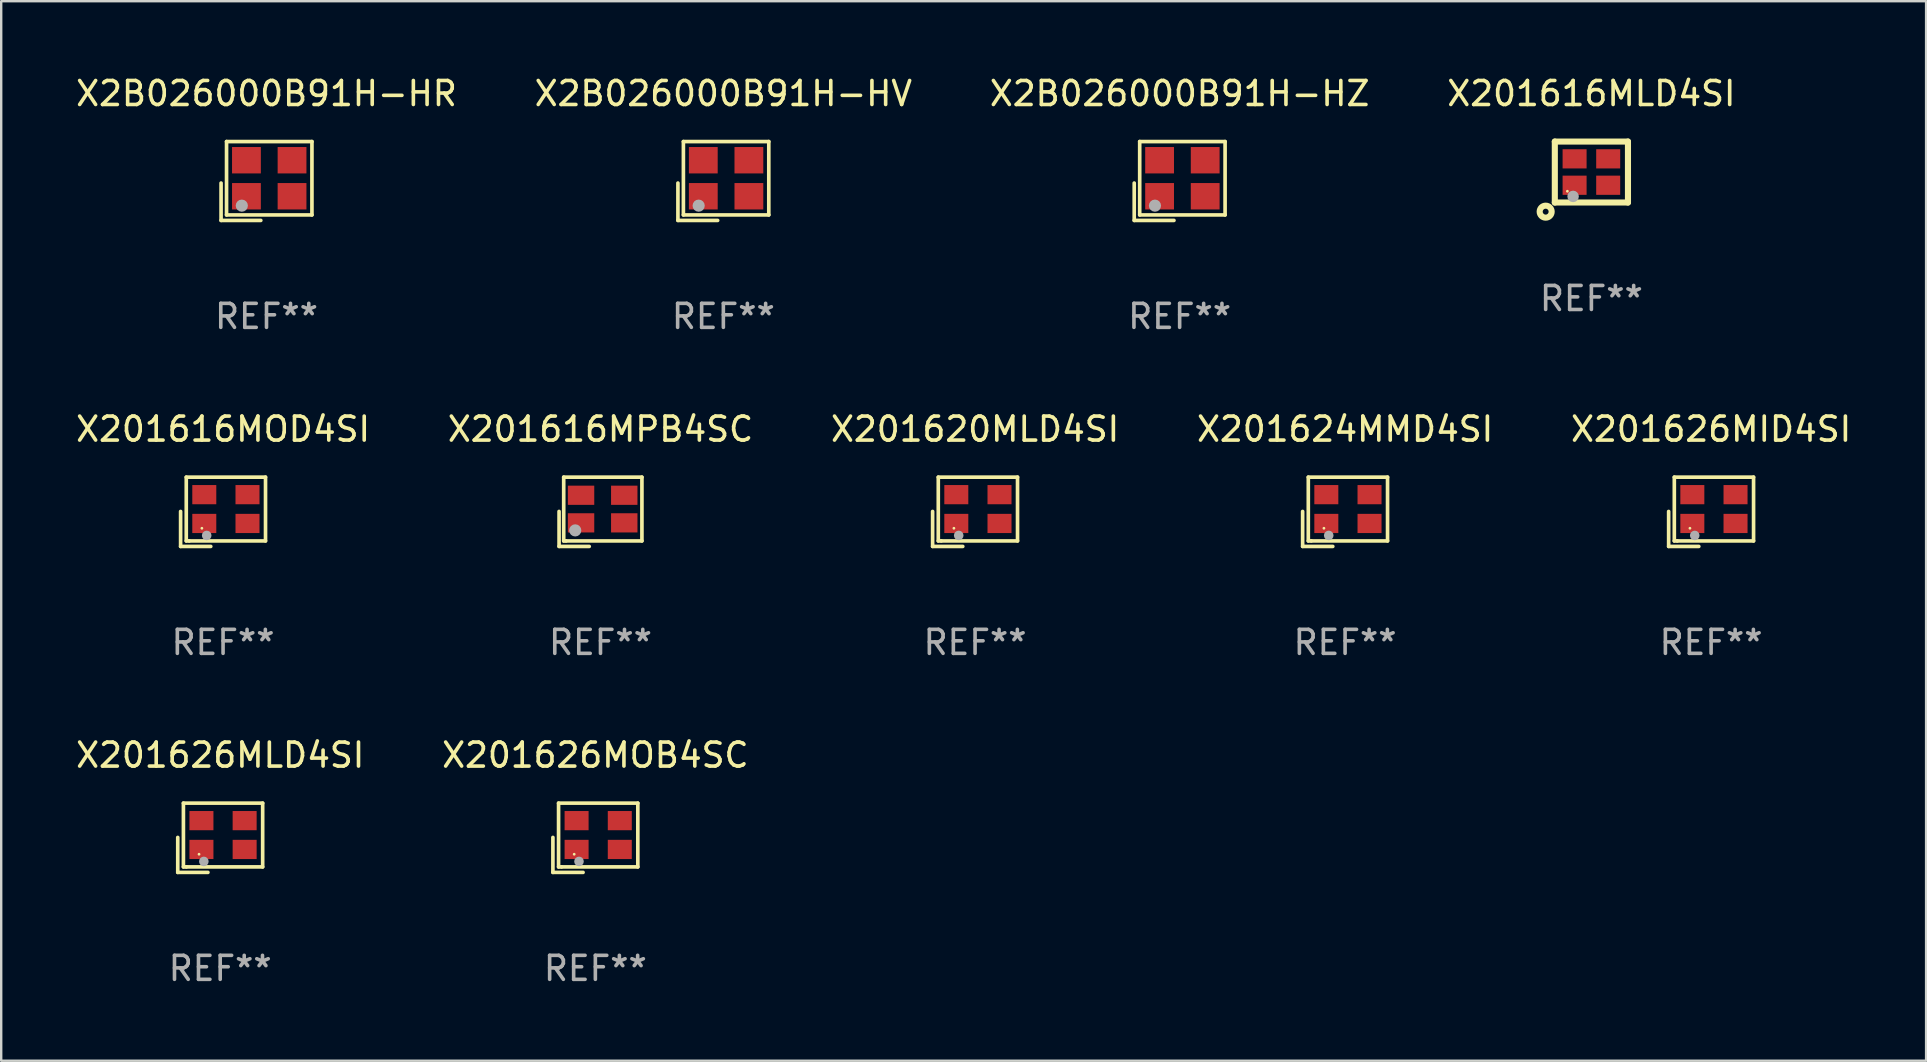
<source format=kicad_pcb>
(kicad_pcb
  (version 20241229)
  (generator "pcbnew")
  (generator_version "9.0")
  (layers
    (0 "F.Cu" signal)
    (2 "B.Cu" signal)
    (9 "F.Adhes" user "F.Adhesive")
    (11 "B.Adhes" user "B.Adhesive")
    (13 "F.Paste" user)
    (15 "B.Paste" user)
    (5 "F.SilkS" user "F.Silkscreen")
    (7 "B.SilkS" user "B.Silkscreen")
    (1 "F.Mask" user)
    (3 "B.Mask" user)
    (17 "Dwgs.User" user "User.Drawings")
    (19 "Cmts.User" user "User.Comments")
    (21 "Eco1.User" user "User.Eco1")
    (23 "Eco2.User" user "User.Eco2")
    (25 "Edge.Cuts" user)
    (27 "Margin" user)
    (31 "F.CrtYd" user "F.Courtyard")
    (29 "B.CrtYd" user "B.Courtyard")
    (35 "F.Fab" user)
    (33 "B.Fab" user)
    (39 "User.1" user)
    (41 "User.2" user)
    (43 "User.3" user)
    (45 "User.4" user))
  (footprint "X201624MMD4SI"
    (layer "F.Cu")
    (at 52.994 18.274)
    (property "Reference" "X201624MMD4SI" (at 0 -3.443 0) (layer "F.SilkS") (effects (font (size 1 1) (thickness 0.15))))
    (attr through_hole)
    (fp_line (start -1.769 -0.014) (end -1.769 1.443) (stroke (width 0.152) (type solid)) (layer "F.SilkS"))
    (fp_line (start -1.769 1.443) (end -0.512 1.443) (stroke (width 0.152) (type solid)) (layer "F.SilkS"))
    (fp_line (start -1.533 -1.443) (end 1.769 -1.443) (stroke (width 0.152) (type solid)) (layer "F.SilkS"))
    (fp_line (start -1.533 1.214) (end -1.533 -1.443) (stroke (width 0.152) (type solid)) (layer "F.SilkS"))
    (fp_line (start -1.411 1.214) (end -1.533 1.214) (stroke (width 0.152) (type solid)) (layer "F.SilkS"))
    (fp_line (start 1.769 -1.443) (end 1.769 1.214) (stroke (width 0.152) (type solid)) (layer "F.SilkS"))
    (fp_line (start 1.769 1.214) (end -1.411 1.214) (stroke (width 0.152) (type solid)) (layer "F.SilkS"))
    (fp_circle (center -0.882 0.686) (end -0.852 0.686) (stroke (width 0.06) (type solid)) (fill no) (layer "F.SilkS"))
    (fp_circle (center -0.682 0.986) (end -0.582 0.986) (stroke (width 0.2) (type solid)) (fill no) (layer "F.Fab"))
    (fp_text user "REF**" (at 0 5.443 0) (layer "F.Fab") (effects (font (size 1 1) (thickness 0.15))))
    (pad "1" smd rect (at -0.782 0.486 90) (size 0.8 1) (layers "F.Cu" "F.Mask" "F.Paste"))
    (pad "2" smd rect (at 1.018 0.486 90) (size 0.8 1) (layers "F.Cu" "F.Mask" "F.Paste"))
    (pad "3" smd rect (at 1.018 -0.714 90) (size 0.8 1) (layers "F.Cu" "F.Mask" "F.Paste"))
    (pad "4" smd rect (at -0.782 -0.714 90) (size 0.8 1) (layers "F.Cu" "F.Mask" "F.Paste")))
  (footprint "X201626MOB4SC"
    (layer "F.Cu")
    (at 21.756 31.856)
    (property "Reference" "X201626MOB4SC" (at 0 -3.443 0) (layer "F.SilkS") (effects (font (size 1 1) (thickness 0.15))))
    (attr through_hole)
    (fp_line (start -1.769 -0.014) (end -1.769 1.443) (stroke (width 0.152) (type solid)) (layer "F.SilkS"))
    (fp_line (start -1.769 1.443) (end -0.512 1.443) (stroke (width 0.152) (type solid)) (layer "F.SilkS"))
    (fp_line (start -1.533 -1.443) (end 1.769 -1.443) (stroke (width 0.152) (type solid)) (layer "F.SilkS"))
    (fp_line (start -1.533 1.214) (end -1.533 -1.443) (stroke (width 0.152) (type solid)) (layer "F.SilkS"))
    (fp_line (start -1.411 1.214) (end -1.533 1.214) (stroke (width 0.152) (type solid)) (layer "F.SilkS"))
    (fp_line (start 1.769 -1.443) (end 1.769 1.214) (stroke (width 0.152) (type solid)) (layer "F.SilkS"))
    (fp_line (start 1.769 1.214) (end -1.411 1.214) (stroke (width 0.152) (type solid)) (layer "F.SilkS"))
    (fp_circle (center -0.882 0.686) (end -0.852 0.686) (stroke (width 0.06) (type solid)) (fill no) (layer "F.SilkS"))
    (fp_circle (center -0.682 0.986) (end -0.582 0.986) (stroke (width 0.2) (type solid)) (fill no) (layer "F.Fab"))
    (fp_text user "REF**" (at 0 5.443 0) (layer "F.Fab") (effects (font (size 1 1) (thickness 0.15))))
    (pad "1" smd rect (at -0.782 0.486 90) (size 0.8 1) (layers "F.Cu" "F.Mask" "F.Paste"))
    (pad "2" smd rect (at 1.018 0.486 90) (size 0.8 1) (layers "F.Cu" "F.Mask" "F.Paste"))
    (pad "3" smd rect (at 1.018 -0.714 90) (size 0.8 1) (layers "F.Cu" "F.Mask" "F.Paste"))
    (pad "4" smd rect (at -0.782 -0.714 90) (size 0.8 1) (layers "F.Cu" "F.Mask" "F.Paste")))
  (footprint "X201616MOD4SI"
    (layer "F.Cu")
    (at 6.244 18.274)
    (property "Reference" "X201616MOD4SI" (at 0 -3.443 0) (layer "F.SilkS") (effects (font (size 1 1) (thickness 0.15))))
    (attr through_hole)
    (fp_line (start -1.769 -0.014) (end -1.769 1.443) (stroke (width 0.152) (type solid)) (layer "F.SilkS"))
    (fp_line (start -1.769 1.443) (end -0.512 1.443) (stroke (width 0.152) (type solid)) (layer "F.SilkS"))
    (fp_line (start -1.533 -1.443) (end 1.769 -1.443) (stroke (width 0.152) (type solid)) (layer "F.SilkS"))
    (fp_line (start -1.533 1.214) (end -1.533 -1.443) (stroke (width 0.152) (type solid)) (layer "F.SilkS"))
    (fp_line (start -1.411 1.214) (end -1.533 1.214) (stroke (width 0.152) (type solid)) (layer "F.SilkS"))
    (fp_line (start 1.769 -1.443) (end 1.769 1.214) (stroke (width 0.152) (type solid)) (layer "F.SilkS"))
    (fp_line (start 1.769 1.214) (end -1.411 1.214) (stroke (width 0.152) (type solid)) (layer "F.SilkS"))
    (fp_circle (center -0.882 0.686) (end -0.852 0.686) (stroke (width 0.06) (type solid)) (fill no) (layer "F.SilkS"))
    (fp_circle (center -0.682 0.986) (end -0.582 0.986) (stroke (width 0.2) (type solid)) (fill no) (layer "F.Fab"))
    (fp_text user "REF**" (at 0 5.443 0) (layer "F.Fab") (effects (font (size 1 1) (thickness 0.15))))
    (pad "1" smd rect (at -0.782 0.486 90) (size 0.8 1) (layers "F.Cu" "F.Mask" "F.Paste"))
    (pad "2" smd rect (at 1.018 0.486 90) (size 0.8 1) (layers "F.Cu" "F.Mask" "F.Paste"))
    (pad "3" smd rect (at 1.018 -0.714 90) (size 0.8 1) (layers "F.Cu" "F.Mask" "F.Paste"))
    (pad "4" smd rect (at -0.782 -0.714 90) (size 0.8 1) (layers "F.Cu" "F.Mask" "F.Paste")))
  (footprint "X201616MPB4SC"
    (layer "F.Cu")
    (at 21.97 18.274)
    (property "Reference" "X201616MPB4SC" (at 0 -3.443 0) (layer "F.SilkS") (effects (font (size 1 1) (thickness 0.15))))
    (attr through_hole)
    (fp_line (start -1.726 -0.015) (end -1.726 1.443) (stroke (width 0.152) (type solid)) (layer "F.SilkS"))
    (fp_line (start -1.726 1.443) (end -0.469 1.443) (stroke (width 0.152) (type solid)) (layer "F.SilkS"))
    (fp_line (start -1.533 -1.443) (end 1.726 -1.443) (stroke (width 0.152) (type solid)) (layer "F.SilkS"))
    (fp_line (start -1.533 1.214) (end -1.533 -1.443) (stroke (width 0.152) (type solid)) (layer "F.SilkS"))
    (fp_line (start -1.439 1.214) (end -1.533 1.214) (stroke (width 0.152) (type solid)) (layer "F.SilkS"))
    (fp_line (start 1.726 -1.443) (end 1.726 1.214) (stroke (width 0.152) (type solid)) (layer "F.SilkS"))
    (fp_line (start 1.726 1.214) (end -1.439 1.214) (stroke (width 0.152) (type solid)) (layer "F.SilkS"))
    (fp_circle (center -0.91 0.686) (end -0.88 0.686) (stroke (width 0.06) (type solid)) (fill no) (layer "F.SilkS"))
    (fp_circle (center -1.053 0.775) (end -0.926 0.775) (stroke (width 0.254) (type solid)) (fill no) (layer "F.Fab"))
    (fp_text user "REF**" (at 0 5.443 0) (layer "F.Fab") (effects (font (size 1 1) (thickness 0.15))))
    (pad "1" smd rect (at -0.81 0.461) (size 1.1 0.8) (layers "F.Cu" "F.Mask" "F.Paste"))
    (pad "2" smd rect (at 0.99 0.461) (size 1.1 0.8) (layers "F.Cu" "F.Mask" "F.Paste"))
    (pad "3" smd rect (at 0.99 -0.689) (size 1.1 0.8) (layers "F.Cu" "F.Mask" "F.Paste"))
    (pad "4" smd rect (at -0.81 -0.689) (size 1.1 0.8) (layers "F.Cu" "F.Mask" "F.Paste")))
  (footprint "X2B026000B91H-HR"
    (layer "F.Cu")
    (at 8.054 4.491)
    (property "Reference" "X2B026000B91H-HR" (at 0 -3.643 0) (layer "F.SilkS") (effects (font (size 1 1) (thickness 0.15))))
    (attr through_hole)
    (fp_line (start -1.893 0.086) (end -1.893 1.643) (stroke (width 0.152) (type solid)) (layer "F.SilkS"))
    (fp_line (start -1.893 1.643) (end -0.237 1.643) (stroke (width 0.152) (type solid)) (layer "F.SilkS"))
    (fp_line (start -1.665 -1.643) (end 1.893 -1.643) (stroke (width 0.152) (type solid)) (layer "F.SilkS"))
    (fp_line (start -1.665 1.414) (end -1.665 -1.643) (stroke (width 0.152) (type solid)) (layer "F.SilkS"))
    (fp_line (start 1.893 -1.643) (end 1.893 1.414) (stroke (width 0.152) (type solid)) (layer "F.SilkS"))
    (fp_line (start 1.893 1.414) (end -1.665 1.414) (stroke (width 0.152) (type solid)) (layer "F.SilkS"))
    (fp_circle (center -1.136 0.885) (end -1.106 0.885) (stroke (width 0.06) (type solid)) (fill no) (layer "F.SilkS"))
    (fp_circle (center -1.029 1.028) (end -0.902 1.028) (stroke (width 0.254) (type solid)) (fill no) (layer "F.Fab"))
    (fp_text user "REF**" (at 0 5.643 0) (layer "F.Fab") (effects (font (size 1 1) (thickness 0.15))))
    (pad "1" smd rect (at -0.836 0.636) (size 1.2 1.1) (layers "F.Cu" "F.Mask" "F.Paste"))
    (pad "2" smd rect (at 1.064 0.636) (size 1.2 1.1) (layers "F.Cu" "F.Mask" "F.Paste"))
    (pad "3" smd rect (at 1.064 -0.865) (size 1.2 1.1) (layers "F.Cu" "F.Mask" "F.Paste"))
    (pad "4" smd rect (at -0.836 -0.865) (size 1.2 1.1) (layers "F.Cu" "F.Mask" "F.Paste")))
  (footprint "X201620MLD4SI"
    (layer "F.Cu")
    (at 37.577 18.274)
    (property "Reference" "X201620MLD4SI" (at 0 -3.443 0) (layer "F.SilkS") (effects (font (size 1 1) (thickness 0.15))))
    (attr through_hole)
    (fp_line (start -1.769 -0.014) (end -1.769 1.443) (stroke (width 0.152) (type solid)) (layer "F.SilkS"))
    (fp_line (start -1.769 1.443) (end -0.512 1.443) (stroke (width 0.152) (type solid)) (layer "F.SilkS"))
    (fp_line (start -1.533 -1.443) (end 1.769 -1.443) (stroke (width 0.152) (type solid)) (layer "F.SilkS"))
    (fp_line (start -1.533 1.214) (end -1.533 -1.443) (stroke (width 0.152) (type solid)) (layer "F.SilkS"))
    (fp_line (start -1.411 1.214) (end -1.533 1.214) (stroke (width 0.152) (type solid)) (layer "F.SilkS"))
    (fp_line (start 1.769 -1.443) (end 1.769 1.214) (stroke (width 0.152) (type solid)) (layer "F.SilkS"))
    (fp_line (start 1.769 1.214) (end -1.411 1.214) (stroke (width 0.152) (type solid)) (layer "F.SilkS"))
    (fp_circle (center -0.882 0.686) (end -0.852 0.686) (stroke (width 0.06) (type solid)) (fill no) (layer "F.SilkS"))
    (fp_circle (center -0.682 0.986) (end -0.582 0.986) (stroke (width 0.2) (type solid)) (fill no) (layer "F.Fab"))
    (fp_text user "REF**" (at 0 5.443 0) (layer "F.Fab") (effects (font (size 1 1) (thickness 0.15))))
    (pad "1" smd rect (at -0.782 0.486 90) (size 0.8 1) (layers "F.Cu" "F.Mask" "F.Paste"))
    (pad "2" smd rect (at 1.018 0.486 90) (size 0.8 1) (layers "F.Cu" "F.Mask" "F.Paste"))
    (pad "3" smd rect (at 1.018 -0.714 90) (size 0.8 1) (layers "F.Cu" "F.Mask" "F.Paste"))
    (pad "4" smd rect (at -0.782 -0.714 90) (size 0.8 1) (layers "F.Cu" "F.Mask" "F.Paste")))
  (footprint "X201626MID4SI"
    (layer "F.Cu")
    (at 68.244 18.274)
    (property "Reference" "X201626MID4SI" (at 0 -3.443 0) (layer "F.SilkS") (effects (font (size 1 1) (thickness 0.15))))
    (attr through_hole)
    (fp_line (start -1.769 -0.014) (end -1.769 1.443) (stroke (width 0.152) (type solid)) (layer "F.SilkS"))
    (fp_line (start -1.769 1.443) (end -0.512 1.443) (stroke (width 0.152) (type solid)) (layer "F.SilkS"))
    (fp_line (start -1.533 -1.443) (end 1.769 -1.443) (stroke (width 0.152) (type solid)) (layer "F.SilkS"))
    (fp_line (start -1.533 1.214) (end -1.533 -1.443) (stroke (width 0.152) (type solid)) (layer "F.SilkS"))
    (fp_line (start -1.411 1.214) (end -1.533 1.214) (stroke (width 0.152) (type solid)) (layer "F.SilkS"))
    (fp_line (start 1.769 -1.443) (end 1.769 1.214) (stroke (width 0.152) (type solid)) (layer "F.SilkS"))
    (fp_line (start 1.769 1.214) (end -1.411 1.214) (stroke (width 0.152) (type solid)) (layer "F.SilkS"))
    (fp_circle (center -0.882 0.686) (end -0.852 0.686) (stroke (width 0.06) (type solid)) (fill no) (layer "F.SilkS"))
    (fp_circle (center -0.682 0.986) (end -0.582 0.986) (stroke (width 0.2) (type solid)) (fill no) (layer "F.Fab"))
    (fp_text user "REF**" (at 0 5.443 0) (layer "F.Fab") (effects (font (size 1 1) (thickness 0.15))))
    (pad "1" smd rect (at -0.782 0.486 90) (size 0.8 1) (layers "F.Cu" "F.Mask" "F.Paste"))
    (pad "2" smd rect (at 1.018 0.486 90) (size 0.8 1) (layers "F.Cu" "F.Mask" "F.Paste"))
    (pad "3" smd rect (at 1.018 -0.714 90) (size 0.8 1) (layers "F.Cu" "F.Mask" "F.Paste"))
    (pad "4" smd rect (at -0.782 -0.714 90) (size 0.8 1) (layers "F.Cu" "F.Mask" "F.Paste")))
  (footprint "X2B026000B91H-HZ"
    (layer "F.Cu")
    (at 46.101 4.491)
    (property "Reference" "X2B026000B91H-HZ" (at 0 -3.643 0) (layer "F.SilkS") (effects (font (size 1 1) (thickness 0.15))))
    (attr through_hole)
    (fp_line (start -1.893 0.086) (end -1.893 1.643) (stroke (width 0.152) (type solid)) (layer "F.SilkS"))
    (fp_line (start -1.893 1.643) (end -0.237 1.643) (stroke (width 0.152) (type solid)) (layer "F.SilkS"))
    (fp_line (start -1.665 -1.643) (end 1.893 -1.643) (stroke (width 0.152) (type solid)) (layer "F.SilkS"))
    (fp_line (start -1.665 1.414) (end -1.665 -1.643) (stroke (width 0.152) (type solid)) (layer "F.SilkS"))
    (fp_line (start 1.893 -1.643) (end 1.893 1.414) (stroke (width 0.152) (type solid)) (layer "F.SilkS"))
    (fp_line (start 1.893 1.414) (end -1.665 1.414) (stroke (width 0.152) (type solid)) (layer "F.SilkS"))
    (fp_circle (center -1.136 0.885) (end -1.106 0.885) (stroke (width 0.06) (type solid)) (fill no) (layer "F.SilkS"))
    (fp_circle (center -1.029 1.028) (end -0.902 1.028) (stroke (width 0.254) (type solid)) (fill no) (layer "F.Fab"))
    (fp_text user "REF**" (at 0 5.643 0) (layer "F.Fab") (effects (font (size 1 1) (thickness 0.15))))
    (pad "1" smd rect (at -0.836 0.636) (size 1.2 1.1) (layers "F.Cu" "F.Mask" "F.Paste"))
    (pad "2" smd rect (at 1.064 0.636) (size 1.2 1.1) (layers "F.Cu" "F.Mask" "F.Paste"))
    (pad "3" smd rect (at 1.064 -0.865) (size 1.2 1.1) (layers "F.Cu" "F.Mask" "F.Paste"))
    (pad "4" smd rect (at -0.836 -0.865) (size 1.2 1.1) (layers "F.Cu" "F.Mask" "F.Paste")))
  (footprint "X201626MLD4SI"
    (layer "F.Cu")
    (at 6.125 31.856)
    (property "Reference" "X201626MLD4SI" (at 0 -3.443 0) (layer "F.SilkS") (effects (font (size 1 1) (thickness 0.15))))
    (attr through_hole)
    (fp_line (start -1.769 -0.014) (end -1.769 1.443) (stroke (width 0.152) (type solid)) (layer "F.SilkS"))
    (fp_line (start -1.769 1.443) (end -0.512 1.443) (stroke (width 0.152) (type solid)) (layer "F.SilkS"))
    (fp_line (start -1.533 -1.443) (end 1.769 -1.443) (stroke (width 0.152) (type solid)) (layer "F.SilkS"))
    (fp_line (start -1.533 1.214) (end -1.533 -1.443) (stroke (width 0.152) (type solid)) (layer "F.SilkS"))
    (fp_line (start -1.411 1.214) (end -1.533 1.214) (stroke (width 0.152) (type solid)) (layer "F.SilkS"))
    (fp_line (start 1.769 -1.443) (end 1.769 1.214) (stroke (width 0.152) (type solid)) (layer "F.SilkS"))
    (fp_line (start 1.769 1.214) (end -1.411 1.214) (stroke (width 0.152) (type solid)) (layer "F.SilkS"))
    (fp_circle (center -0.882 0.686) (end -0.852 0.686) (stroke (width 0.06) (type solid)) (fill no) (layer "F.SilkS"))
    (fp_circle (center -0.682 0.986) (end -0.582 0.986) (stroke (width 0.2) (type solid)) (fill no) (layer "F.Fab"))
    (fp_text user "REF**" (at 0 5.443 0) (layer "F.Fab") (effects (font (size 1 1) (thickness 0.15))))
    (pad "1" smd rect (at -0.782 0.486 90) (size 0.8 1) (layers "F.Cu" "F.Mask" "F.Paste"))
    (pad "2" smd rect (at 1.018 0.486 90) (size 0.8 1) (layers "F.Cu" "F.Mask" "F.Paste"))
    (pad "3" smd rect (at 1.018 -0.714 90) (size 0.8 1) (layers "F.Cu" "F.Mask" "F.Paste"))
    (pad "4" smd rect (at -0.782 -0.714 90) (size 0.8 1) (layers "F.Cu" "F.Mask" "F.Paste")))
  (footprint "X2B026000B91H-HV"
    (layer "F.Cu")
    (at 27.089 4.491)
    (property "Reference" "X2B026000B91H-HV" (at 0 -3.643 0) (layer "F.SilkS") (effects (font (size 1 1) (thickness 0.15))))
    (attr through_hole)
    (fp_line (start -1.893 0.086) (end -1.893 1.643) (stroke (width 0.152) (type solid)) (layer "F.SilkS"))
    (fp_line (start -1.893 1.643) (end -0.237 1.643) (stroke (width 0.152) (type solid)) (layer "F.SilkS"))
    (fp_line (start -1.665 -1.643) (end 1.893 -1.643) (stroke (width 0.152) (type solid)) (layer "F.SilkS"))
    (fp_line (start -1.665 1.414) (end -1.665 -1.643) (stroke (width 0.152) (type solid)) (layer "F.SilkS"))
    (fp_line (start 1.893 -1.643) (end 1.893 1.414) (stroke (width 0.152) (type solid)) (layer "F.SilkS"))
    (fp_line (start 1.893 1.414) (end -1.665 1.414) (stroke (width 0.152) (type solid)) (layer "F.SilkS"))
    (fp_circle (center -1.136 0.885) (end -1.106 0.885) (stroke (width 0.06) (type solid)) (fill no) (layer "F.SilkS"))
    (fp_circle (center -1.029 1.028) (end -0.902 1.028) (stroke (width 0.254) (type solid)) (fill no) (layer "F.Fab"))
    (fp_text user "REF**" (at 0 5.643 0) (layer "F.Fab") (effects (font (size 1 1) (thickness 0.15))))
    (pad "1" smd rect (at -0.836 0.636) (size 1.2 1.1) (layers "F.Cu" "F.Mask" "F.Paste"))
    (pad "2" smd rect (at 1.064 0.636) (size 1.2 1.1) (layers "F.Cu" "F.Mask" "F.Paste"))
    (pad "3" smd rect (at 1.064 -0.865) (size 1.2 1.1) (layers "F.Cu" "F.Mask" "F.Paste"))
    (pad "4" smd rect (at -0.836 -0.865) (size 1.2 1.1) (layers "F.Cu" "F.Mask" "F.Paste")))
  (footprint "X201616MLD4SI"
    (layer "F.Cu")
    (at 63.256 4.118)
    (property "Reference" "X201616MLD4SI" (at 0 -3.27 0) (layer "F.SilkS") (effects (font (size 1 1) (thickness 0.15))))
    (attr through_hole)
    (fp_line (start -1.524 -1.27) (end -1.524 1.27) (stroke (width 0.254) (type solid)) (layer "F.SilkS"))
    (fp_line (start -1.524 -1.27) (end 1.524 -1.27) (stroke (width 0.254) (type solid)) (layer "F.SilkS"))
    (fp_line (start -1.524 1.27) (end 1.524 1.27) (stroke (width 0.254) (type solid)) (layer "F.SilkS"))
    (fp_line (start 1.524 -1.27) (end 1.524 1.27) (stroke (width 0.254) (type solid)) (layer "F.SilkS"))
    (fp_circle (center -1.905 1.651) (end -1.655 1.651) (stroke (width 0.254) (type solid)) (fill no) (layer "F.SilkS"))
    (fp_circle (center -1 0.8) (end -0.97 0.8) (stroke (width 0.06) (type solid)) (fill no) (layer "F.SilkS"))
    (fp_circle (center -0.762 1.016) (end -0.642 1.016) (stroke (width 0.24) (type solid)) (fill no) (layer "F.Fab"))
    (fp_text user "REF**" (at 0 5.27 0) (layer "F.Fab") (effects (font (size 1 1) (thickness 0.15))))
    (pad "1" smd rect (at -0.7 0.55) (size 1 0.8) (layers "F.Cu" "F.Mask" "F.Paste"))
    (pad "2" smd rect (at 0.7 0.55) (size 1 0.8) (layers "F.Cu" "F.Mask" "F.Paste"))
    (pad "3" smd rect (at 0.7 -0.55) (size 1 0.8) (layers "F.Cu" "F.Mask" "F.Paste"))
    (pad "4" smd rect (at -0.7 -0.55) (size 1 0.8) (layers "F.Cu" "F.Mask" "F.Paste")))
  (gr_rect
    (start -3 -3)
    (end 77.202 41.147)
    (stroke (width 0.1) (type default))
    (fill no)
    (layer "Edge.Cuts")))
</source>
